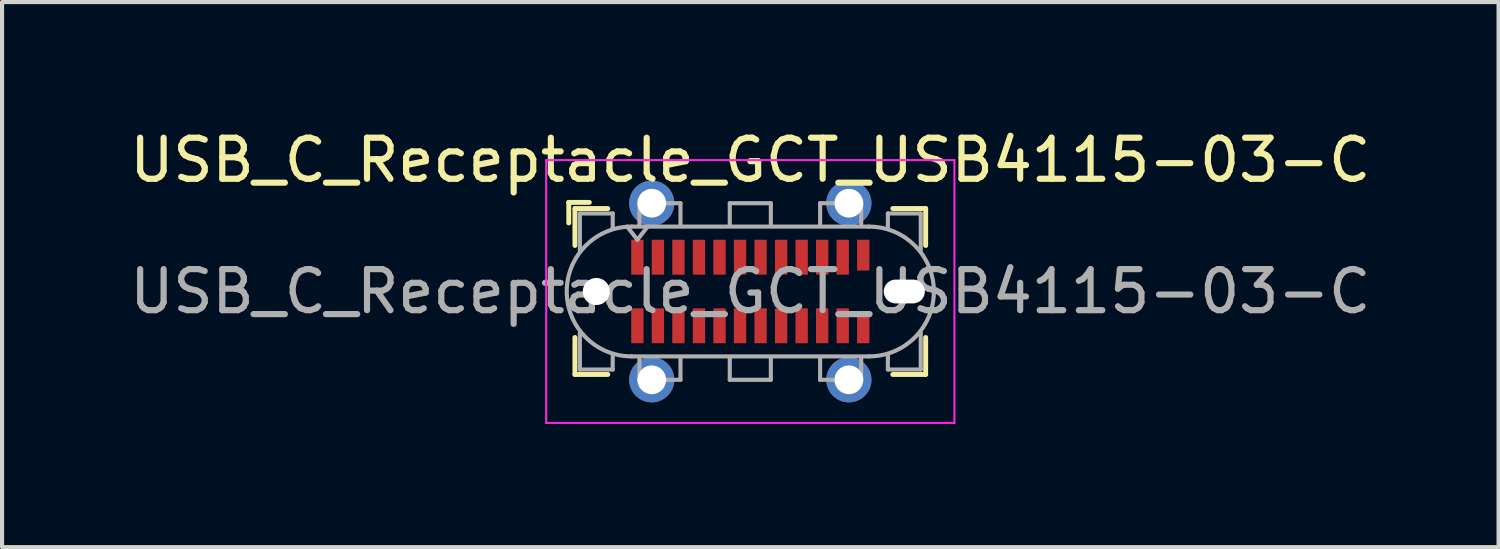
<source format=kicad_pcb>
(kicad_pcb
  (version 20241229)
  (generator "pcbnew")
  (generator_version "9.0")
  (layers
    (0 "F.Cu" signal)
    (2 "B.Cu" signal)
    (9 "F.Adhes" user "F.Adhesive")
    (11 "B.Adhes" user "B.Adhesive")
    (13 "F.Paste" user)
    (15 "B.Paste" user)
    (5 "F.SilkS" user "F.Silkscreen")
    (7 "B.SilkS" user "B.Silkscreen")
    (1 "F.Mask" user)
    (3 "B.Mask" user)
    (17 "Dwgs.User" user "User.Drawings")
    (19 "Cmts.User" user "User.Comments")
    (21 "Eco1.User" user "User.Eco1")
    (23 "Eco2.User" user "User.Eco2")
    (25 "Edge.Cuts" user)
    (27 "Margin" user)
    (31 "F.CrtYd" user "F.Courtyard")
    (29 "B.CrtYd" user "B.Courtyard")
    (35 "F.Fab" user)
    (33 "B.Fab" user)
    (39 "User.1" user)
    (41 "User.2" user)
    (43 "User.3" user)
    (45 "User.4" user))
  (footprint "USB_C_Receptacle_GCT_USB4115-03-C"
    (layer "F.Cu")
    (at 15.22 4.048)
    (property "Reference" "USB_C_Receptacle_GCT_USB4115-03-C" (at 0 -3.2 0) (layer "F.SilkS") (effects (font (size 1 1) (thickness 0.15))))
    (attr smd)
    (fp_line (start -4.42 -2.17) (end -4.42 -1.67) (stroke (width 0.12) (type solid)) (layer "F.SilkS"))
    (fp_line (start -4.42 -2.17) (end -3.92 -2.17) (stroke (width 0.12) (type solid)) (layer "F.SilkS"))
    (fp_line (start -4.27 -2.02) (end -4.27 -1.12) (stroke (width 0.12) (type solid)) (layer "F.SilkS"))
    (fp_line (start -4.27 -2.02) (end -3.47 -2.02) (stroke (width 0.12) (type solid)) (layer "F.SilkS"))
    (fp_line (start -4.27 2.02) (end -4.27 1.12) (stroke (width 0.12) (type solid)) (layer "F.SilkS"))
    (fp_line (start -4.27 2.02) (end -3.47 2.02) (stroke (width 0.12) (type solid)) (layer "F.SilkS"))
    (fp_line (start 4.27 -2.02) (end 3.47 -2.02) (stroke (width 0.12) (type solid)) (layer "F.SilkS"))
    (fp_line (start 4.27 -2.02) (end 4.27 -1.12) (stroke (width 0.12) (type solid)) (layer "F.SilkS"))
    (fp_line (start 4.27 2.02) (end 3.47 2.02) (stroke (width 0.12) (type solid)) (layer "F.SilkS"))
    (fp_line (start 4.27 2.02) (end 4.27 1.12) (stroke (width 0.12) (type solid)) (layer "F.SilkS"))
    (fp_line (start -4.97 -3.2) (end -4.97 3.2) (stroke (width 0.05) (type solid)) (layer "F.CrtYd"))
    (fp_line (start -4.97 3.2) (end 4.97 3.2) (stroke (width 0.05) (type solid)) (layer "F.CrtYd"))
    (fp_line (start 4.97 -3.2) (end -4.97 -3.2) (stroke (width 0.05) (type solid)) (layer "F.CrtYd"))
    (fp_line (start 4.97 3.2) (end 4.97 -3.2) (stroke (width 0.05) (type solid)) (layer "F.CrtYd"))
    (fp_line (start -4.15 -1.9) (end -4.15 -1) (stroke (width 0.1) (type solid)) (layer "F.Fab"))
    (fp_line (start -4.15 -1.9) (end -3.35 -1.9) (stroke (width 0.1) (type solid)) (layer "F.Fab"))
    (fp_line (start -4.15 1.9) (end -4.15 1) (stroke (width 0.1) (type solid)) (layer "F.Fab"))
    (fp_line (start -4.15 1.9) (end -3.35 1.9) (stroke (width 0.1) (type solid)) (layer "F.Fab"))
    (fp_line (start -3.35 -1.9) (end -3.35 -1.55) (stroke (width 0.1) (type solid)) (layer "F.Fab"))
    (fp_line (start -3.35 1.9) (end -3.35 1.55) (stroke (width 0.1) (type solid)) (layer "F.Fab"))
    (fp_line (start -2.89 1.58) (end 2.89 1.58) (stroke (width 0.1) (type solid)) (layer "F.Fab"))
    (fp_line (start -2.75 -1.26) (end -3 -1.58) (stroke (width 0.1) (type solid)) (layer "F.Fab"))
    (fp_line (start -2.7 -2.15) (end -1.7 -2.15) (stroke (width 0.1) (type solid)) (layer "F.Fab"))
    (fp_line (start -2.7 -1.6) (end -2.7 -2.15) (stroke (width 0.1) (type solid)) (layer "F.Fab"))
    (fp_line (start -2.7 1.6) (end -2.7 2.15) (stroke (width 0.1) (type solid)) (layer "F.Fab"))
    (fp_line (start -2.7 2.15) (end -1.7 2.15) (stroke (width 0.1) (type solid)) (layer "F.Fab"))
    (fp_line (start -2.5 -1.58) (end -2.75 -1.26) (stroke (width 0.1) (type solid)) (layer "F.Fab"))
    (fp_line (start -1.7 -2.15) (end -1.7 -1.6) (stroke (width 0.1) (type solid)) (layer "F.Fab"))
    (fp_line (start -1.7 2.15) (end -1.7 1.6) (stroke (width 0.1) (type solid)) (layer "F.Fab"))
    (fp_line (start -0.5 -2.15) (end 0.5 -2.15) (stroke (width 0.1) (type solid)) (layer "F.Fab"))
    (fp_line (start -0.5 -1.6) (end -0.5 -2.15) (stroke (width 0.1) (type solid)) (layer "F.Fab"))
    (fp_line (start -0.5 2.15) (end -0.5 1.6) (stroke (width 0.1) (type solid)) (layer "F.Fab"))
    (fp_line (start 0.5 -2.15) (end 0.5 -1.6) (stroke (width 0.1) (type solid)) (layer "F.Fab"))
    (fp_line (start 0.5 1.6) (end 0.5 2.15) (stroke (width 0.1) (type solid)) (layer "F.Fab"))
    (fp_line (start 0.5 2.15) (end -0.5 2.15) (stroke (width 0.1) (type solid)) (layer "F.Fab"))
    (fp_line (start 1.7 -2.15) (end 1.7 -1.6) (stroke (width 0.1) (type solid)) (layer "F.Fab"))
    (fp_line (start 1.7 2.15) (end 1.7 1.6) (stroke (width 0.1) (type solid)) (layer "F.Fab"))
    (fp_line (start 2.7 -2.15) (end 1.7 -2.15) (stroke (width 0.1) (type solid)) (layer "F.Fab"))
    (fp_line (start 2.7 -1.6) (end 2.7 -2.15) (stroke (width 0.1) (type solid)) (layer "F.Fab"))
    (fp_line (start 2.7 1.6) (end 2.7 2.15) (stroke (width 0.1) (type solid)) (layer "F.Fab"))
    (fp_line (start 2.7 2.15) (end 1.7 2.15) (stroke (width 0.1) (type solid)) (layer "F.Fab"))
    (fp_line (start 2.89 -1.58) (end -2.89 -1.58) (stroke (width 0.1) (type solid)) (layer "F.Fab"))
    (fp_line (start 3.35 -1.9) (end 3.35 -1.55) (stroke (width 0.1) (type solid)) (layer "F.Fab"))
    (fp_line (start 3.35 1.9) (end 3.35 1.55) (stroke (width 0.1) (type solid)) (layer "F.Fab"))
    (fp_line (start 4.15 -1.9) (end 3.35 -1.9) (stroke (width 0.1) (type solid)) (layer "F.Fab"))
    (fp_line (start 4.15 -1.9) (end 4.15 -1) (stroke (width 0.1) (type solid)) (layer "F.Fab"))
    (fp_line (start 4.15 1.9) (end 3.35 1.9) (stroke (width 0.1) (type solid)) (layer "F.Fab"))
    (fp_line (start 4.15 1.9) (end 4.15 1) (stroke (width 0.1) (type solid)) (layer "F.Fab"))
    (fp_arc (start -2.89 1.58) (mid -4.47 0) (end -2.89 -1.58) (stroke (width 0.1) (type solid)) (layer "F.Fab"))
    (fp_arc (start 2.89 -1.58) (mid 4.47 0) (end 2.89 1.58) (stroke (width 0.1) (type solid)) (layer "F.Fab"))
    (fp_text user "${REFERENCE}" (at 0 0 0) (unlocked yes) (layer "F.Fab") (effects (font (size 1 1) (thickness 0.15))))
    (pad "" np_thru_hole circle (at -3.75 0) (size 0.66 0.66) (drill 0.66) (layers "*.Cu" "*.Mask"))
    (pad "" np_thru_hole oval (at 3.75 0) (size 1 0.58) (drill oval 1 0.58) (layers "*.Cu" "*.Mask"))
    (pad "A1" smd rect (at -2.75 -0.835) (size 0.3 0.85) (layers "F.Cu" "F.Mask" "F.Paste"))
    (pad "A2" smd rect (at -2.25 -0.835) (size 0.3 0.85) (layers "F.Cu" "F.Mask" "F.Paste"))
    (pad "A3" smd rect (at -1.75 -0.835) (size 0.3 0.85) (layers "F.Cu" "F.Mask" "F.Paste"))
    (pad "A4" smd rect (at -1.25 -0.835) (size 0.3 0.85) (layers "F.Cu" "F.Mask" "F.Paste"))
    (pad "A5" smd rect (at -0.75 -0.835) (size 0.3 0.85) (layers "F.Cu" "F.Mask" "F.Paste"))
    (pad "A6" smd rect (at -0.25 -0.835) (size 0.3 0.85) (layers "F.Cu" "F.Mask" "F.Paste"))
    (pad "A7" smd rect (at 0.25 -0.835) (size 0.3 0.85) (layers "F.Cu" "F.Mask" "F.Paste"))
    (pad "A8" smd rect (at 0.75 -0.835) (size 0.3 0.85) (layers "F.Cu" "F.Mask" "F.Paste"))
    (pad "A9" smd rect (at 1.25 -0.835) (size 0.3 0.85) (layers "F.Cu" "F.Mask" "F.Paste"))
    (pad "A10" smd rect (at 1.75 -0.835) (size 0.3 0.85) (layers "F.Cu" "F.Mask" "F.Paste"))
    (pad "A11" smd rect (at 2.25 -0.835) (size 0.3 0.85) (layers "F.Cu" "F.Mask" "F.Paste"))
    (pad "A12" smd rect (at 2.75 -0.885) (size 0.3 0.75) (layers "F.Cu" "F.Mask" "F.Paste"))
    (pad "B1" smd rect (at 2.75 0.885) (size 0.3 0.75) (layers "F.Cu" "F.Mask" "F.Paste"))
    (pad "B2" smd rect (at 2.25 0.835) (size 0.3 0.85) (layers "F.Cu" "F.Mask" "F.Paste"))
    (pad "B3" smd rect (at 1.75 0.835) (size 0.3 0.85) (layers "F.Cu" "F.Mask" "F.Paste"))
    (pad "B4" smd rect (at 1.25 0.835) (size 0.3 0.85) (layers "F.Cu" "F.Mask" "F.Paste"))
    (pad "B5" smd rect (at 0.75 0.835) (size 0.3 0.85) (layers "F.Cu" "F.Mask" "F.Paste"))
    (pad "B6" smd rect (at 0.25 0.835) (size 0.3 0.85) (layers "F.Cu" "F.Mask" "F.Paste"))
    (pad "B7" smd rect (at -0.25 0.835) (size 0.3 0.85) (layers "F.Cu" "F.Mask" "F.Paste"))
    (pad "B8" smd rect (at -0.75 0.835) (size 0.3 0.85) (layers "F.Cu" "F.Mask" "F.Paste"))
    (pad "B9" smd rect (at -1.25 0.835) (size 0.3 0.85) (layers "F.Cu" "F.Mask" "F.Paste"))
    (pad "B10" smd rect (at -1.75 0.835) (size 0.3 0.85) (layers "F.Cu" "F.Mask" "F.Paste"))
    (pad "B11" smd rect (at -2.25 0.835) (size 0.3 0.85) (layers "F.Cu" "F.Mask" "F.Paste"))
    (pad "B12" smd rect (at -2.75 0.835) (size 0.3 0.85) (layers "F.Cu" "F.Mask" "F.Paste"))
    (pad "S1" thru_hole circle (at -2.4 -2.15) (size 1.1 1.1) (drill 0.7) (property pad_prop_heatsink) (layers "*.Cu" "*.Mask" "F.Paste"))
    (pad "S1" thru_hole circle (at -2.4 2.15) (size 1.1 1.1) (drill 0.7) (property pad_prop_heatsink) (layers "*.Cu" "*.Mask" "F.Paste"))
    (pad "S1" thru_hole circle (at 2.4 -2.15) (size 1.1 1.1) (drill 0.7) (property pad_prop_heatsink) (layers "*.Cu" "*.Mask" "F.Paste"))
    (pad "S1" thru_hole circle (at 2.4 2.15) (size 1.1 1.1) (drill 0.7) (property pad_prop_heatsink) (layers "*.Cu" "*.Mask" "F.Paste"))
    (zone (net_name "") (layer "F.Cu") (name "peg") (hatch full 0.508) (connect_pads) (min_thickness 0.254) (filled_areas_thickness no) (keepout (tracks allowed) (vias allowed) (pads not_allowed) (copperpour not_allowed) (footprints not_allowed)) (placement (enabled no)) (fill) (polygon (pts (xy 16.02 2.248) (xy 14.42 2.248) (xy 14.42 1.548) (xy 16.02 1.548))))
    (zone (net_name "") (layer "F.Cu") (name "peg") (hatch full 0.508) (connect_pads) (min_thickness 0.254) (filled_areas_thickness no) (keepout (tracks allowed) (vias allowed) (pads not_allowed) (copperpour not_allowed) (footprints not_allowed)) (placement (enabled no)) (fill) (polygon (pts (xy 16.02 6.548) (xy 14.42 6.548) (xy 14.42 5.848) (xy 16.02 5.848)))))
  (gr_rect
    (start -3 -3)
    (end 33.44 10.273)
    (stroke (width 0.1) (type default))
    (fill no)
    (layer "Edge.Cuts")))
</source>
